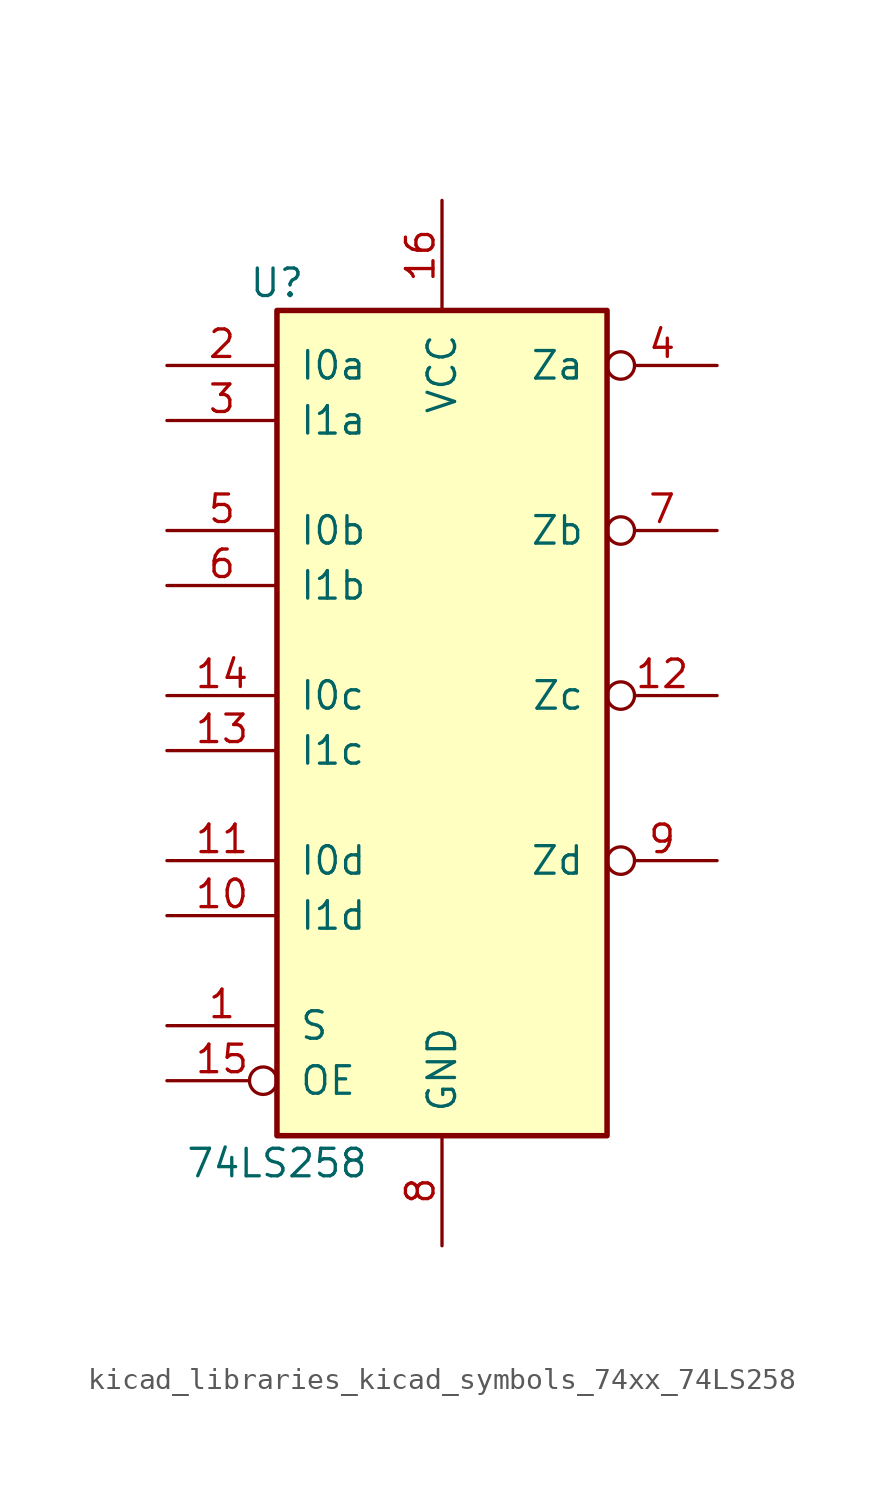
<source format=kicad_sym>
(kicad_symbol_lib
  (version 20220914)
  (generator kicad_symbol_editor)
  (symbol "kicad_libraries_kicad_symbols_74xx_74LS258"
    (pin_names
      (offset 1.016))
    (property "Reference" "U"
      (at -7.62 19.05 0)
      (effects (font (size 1.27 1.27))))
    (property "Value" "74LS258"
      (at -7.62 -21.59 0)
      (effects (font (size 1.27 1.27))))
    (property "ki_locked" ""
      (at 0 0 0)
      (effects (font (size 1.27 1.27))))
    (symbol "kicad_libraries_kicad_symbols_74xx_74LS258_1_0"
      (pin input line (at -12.7 -15.24 0) (length 5.08) (name "S" (effects (font (size 1.27 1.27)))) (number "1" (effects (font (size 1.27 1.27)))))
      (pin input line (at -12.7 -10.16 0) (length 5.08) (name "I1d" (effects (font (size 1.27 1.27)))) (number "10" (effects (font (size 1.27 1.27)))))
      (pin input line (at -12.7 -7.62 0) (length 5.08) (name "I0d" (effects (font (size 1.27 1.27)))) (number "11" (effects (font (size 1.27 1.27)))))
      (pin tri_state inverted (at 12.7 0 180) (length 5.08) (name "Zc" (effects (font (size 1.27 1.27)))) (number "12" (effects (font (size 1.27 1.27)))))
      (pin input line (at -12.7 -2.54 0) (length 5.08) (name "I1c" (effects (font (size 1.27 1.27)))) (number "13" (effects (font (size 1.27 1.27)))))
      (pin input line (at -12.7 0 0) (length 5.08) (name "I0c" (effects (font (size 1.27 1.27)))) (number "14" (effects (font (size 1.27 1.27)))))
      (pin input inverted (at -12.7 -17.78 0) (length 5.08) (name "OE" (effects (font (size 1.27 1.27)))) (number "15" (effects (font (size 1.27 1.27)))))
      (pin power_in line (at 0 22.86 270) (length 5.08) (name "VCC" (effects (font (size 1.27 1.27)))) (number "16" (effects (font (size 1.27 1.27)))))
      (pin input line (at -12.7 15.24 0) (length 5.08) (name "I0a" (effects (font (size 1.27 1.27)))) (number "2" (effects (font (size 1.27 1.27)))))
      (pin input line (at -12.7 12.7 0) (length 5.08) (name "I1a" (effects (font (size 1.27 1.27)))) (number "3" (effects (font (size 1.27 1.27)))))
      (pin tri_state inverted (at 12.7 15.24 180) (length 5.08) (name "Za" (effects (font (size 1.27 1.27)))) (number "4" (effects (font (size 1.27 1.27)))))
      (pin input line (at -12.7 7.62 0) (length 5.08) (name "I0b" (effects (font (size 1.27 1.27)))) (number "5" (effects (font (size 1.27 1.27)))))
      (pin input line (at -12.7 5.08 0) (length 5.08) (name "I1b" (effects (font (size 1.27 1.27)))) (number "6" (effects (font (size 1.27 1.27)))))
      (pin tri_state inverted (at 12.7 7.62 180) (length 5.08) (name "Zb" (effects (font (size 1.27 1.27)))) (number "7" (effects (font (size 1.27 1.27)))))
      (pin power_in line (at 0 -25.4 90) (length 5.08) (name "GND" (effects (font (size 1.27 1.27)))) (number "8" (effects (font (size 1.27 1.27)))))
      (pin tri_state inverted (at 12.7 -7.62 180) (length 5.08) (name "Zd" (effects (font (size 1.27 1.27)))) (number "9" (effects (font (size 1.27 1.27))))))
    (symbol "kicad_libraries_kicad_symbols_74xx_74LS258_1_1"
      (rectangle (start -7.62 17.78) (end 7.62 -20.32) (stroke (width 0.254) (type default)) (fill (type background))))))
</source>
